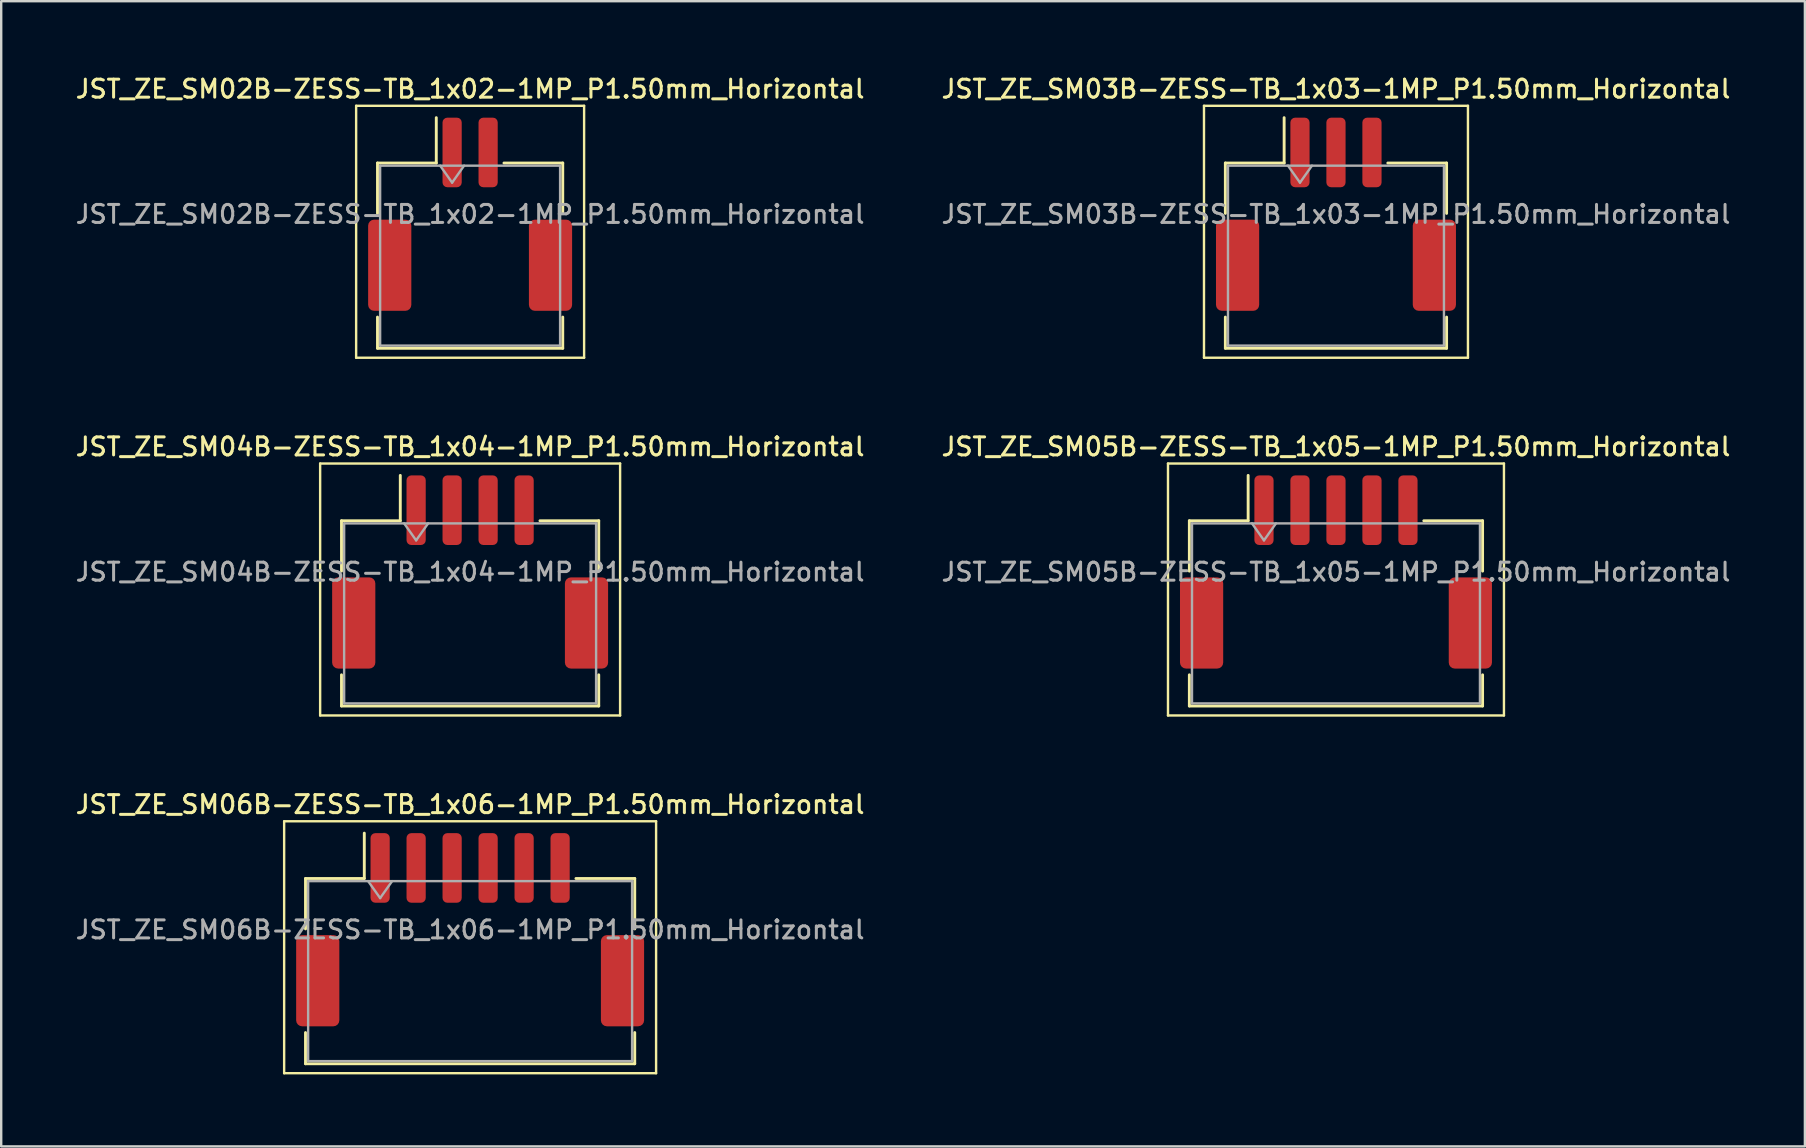
<source format=kicad_pcb>
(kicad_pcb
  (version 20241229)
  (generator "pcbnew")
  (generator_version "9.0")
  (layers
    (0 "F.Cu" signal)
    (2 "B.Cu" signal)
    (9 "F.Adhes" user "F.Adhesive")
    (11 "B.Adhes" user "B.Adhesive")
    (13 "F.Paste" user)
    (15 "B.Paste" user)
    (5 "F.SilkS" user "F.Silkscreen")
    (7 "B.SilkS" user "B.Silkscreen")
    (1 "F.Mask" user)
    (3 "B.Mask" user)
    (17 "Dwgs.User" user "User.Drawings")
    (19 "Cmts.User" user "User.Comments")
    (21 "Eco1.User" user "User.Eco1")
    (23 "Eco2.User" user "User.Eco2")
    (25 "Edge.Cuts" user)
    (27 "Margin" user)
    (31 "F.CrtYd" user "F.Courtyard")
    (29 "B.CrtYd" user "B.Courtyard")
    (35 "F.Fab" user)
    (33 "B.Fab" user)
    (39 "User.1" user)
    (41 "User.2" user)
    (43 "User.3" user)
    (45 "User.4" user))
  (footprint "JST_ZE_SM03B-ZESS-TB_1x03-1MP_P1.50mm_Horizontal"
    (layer "F.Cu")
    (at 52.623 5.878)
    (property "Reference" "JST_ZE_SM03B-ZESS-TB_1x03-1MP_P1.50mm_Horizontal" (at 0 -5.22 0) (layer "F.SilkS") (effects (font (size 0.75 0.75) (thickness 0.125))))
    (attr smd)
    (fp_line (start -5.5 -4.52) (end -5.5 5.98) (stroke (width 0.1) (type solid)) (layer "F.SilkS"))
    (fp_line (start -5.5 5.98) (end 5.5 5.98) (stroke (width 0.1) (type solid)) (layer "F.SilkS"))
    (fp_line (start -4.61 -2.135) (end -2.16 -2.135) (stroke (width 0.12) (type solid)) (layer "F.SilkS"))
    (fp_line (start -4.61 -0.035) (end -4.61 -2.135) (stroke (width 0.12) (type solid)) (layer "F.SilkS"))
    (fp_line (start -4.61 4.285) (end -4.61 5.585) (stroke (width 0.12) (type solid)) (layer "F.SilkS"))
    (fp_line (start -4.61 5.585) (end 4.61 5.585) (stroke (width 0.12) (type solid)) (layer "F.SilkS"))
    (fp_line (start -2.16 -2.135) (end -2.16 -4.025) (stroke (width 0.12) (type solid)) (layer "F.SilkS"))
    (fp_line (start 4.61 -2.135) (end 2.16 -2.135) (stroke (width 0.12) (type solid)) (layer "F.SilkS"))
    (fp_line (start 4.61 -0.035) (end 4.61 -2.135) (stroke (width 0.12) (type solid)) (layer "F.SilkS"))
    (fp_line (start 4.61 5.585) (end 4.61 4.285) (stroke (width 0.12) (type solid)) (layer "F.SilkS"))
    (fp_line (start 5.5 -4.52) (end -5.5 -4.52) (stroke (width 0.1) (type solid)) (layer "F.SilkS"))
    (fp_line (start 5.5 5.98) (end 5.5 -4.52) (stroke (width 0.1) (type solid)) (layer "F.SilkS"))
    (fp_line (start -4.5 -2.025) (end -4.5 5.475) (stroke (width 0.1) (type solid)) (layer "F.Fab"))
    (fp_line (start -4.5 -2.025) (end 4.5 -2.025) (stroke (width 0.1) (type solid)) (layer "F.Fab"))
    (fp_line (start -4.5 5.475) (end 4.5 5.475) (stroke (width 0.1) (type solid)) (layer "F.Fab"))
    (fp_line (start -2 -2.025) (end -1.5 -1.318) (stroke (width 0.1) (type solid)) (layer "F.Fab"))
    (fp_line (start -1.5 -1.318) (end -1 -2.025) (stroke (width 0.1) (type solid)) (layer "F.Fab"))
    (fp_line (start 4.5 -2.025) (end 4.5 5.475) (stroke (width 0.1) (type solid)) (layer "F.Fab"))
    (fp_text user "${REFERENCE}" (at 0 0 0) (layer "F.Fab") (effects (font (size 0.75 0.75) (thickness 0.125))))
    (pad "1" smd roundrect (at -1.5 -2.575) (size 0.8 2.9) (layers "F.Cu" "F.Mask" "F.Paste") (roundrect_rratio 0.25))
    (pad "2" smd roundrect (at 0 -2.575) (size 0.8 2.9) (layers "F.Cu" "F.Mask" "F.Paste") (roundrect_rratio 0.25))
    (pad "3" smd roundrect (at 1.5 -2.575) (size 0.8 2.9) (layers "F.Cu" "F.Mask" "F.Paste") (roundrect_rratio 0.25))
    (pad "MP" smd roundrect (at -4.1 2.125) (size 1.8 3.8) (layers "F.Cu" "F.Mask" "F.Paste") (roundrect_rratio 0.139))
    (pad "MP" smd roundrect (at 4.1 2.125) (size 1.8 3.8) (layers "F.Cu" "F.Mask" "F.Paste") (roundrect_rratio 0.139)))
  (footprint "JST_ZE_SM06B-ZESS-TB_1x06-1MP_P1.50mm_Horizontal"
    (layer "F.Cu")
    (at 16.541 35.694)
    (property "Reference" "JST_ZE_SM06B-ZESS-TB_1x06-1MP_P1.50mm_Horizontal" (at 0 -5.22 0) (layer "F.SilkS") (effects (font (size 0.75 0.75) (thickness 0.125))))
    (attr smd)
    (fp_line (start -7.75 -4.52) (end -7.75 5.98) (stroke (width 0.1) (type solid)) (layer "F.SilkS"))
    (fp_line (start -7.75 5.98) (end 7.75 5.98) (stroke (width 0.1) (type solid)) (layer "F.SilkS"))
    (fp_line (start -6.86 -2.135) (end -4.41 -2.135) (stroke (width 0.12) (type solid)) (layer "F.SilkS"))
    (fp_line (start -6.86 -0.035) (end -6.86 -2.135) (stroke (width 0.12) (type solid)) (layer "F.SilkS"))
    (fp_line (start -6.86 4.285) (end -6.86 5.585) (stroke (width 0.12) (type solid)) (layer "F.SilkS"))
    (fp_line (start -6.86 5.585) (end 6.86 5.585) (stroke (width 0.12) (type solid)) (layer "F.SilkS"))
    (fp_line (start -4.41 -2.135) (end -4.41 -4.025) (stroke (width 0.12) (type solid)) (layer "F.SilkS"))
    (fp_line (start 6.86 -2.135) (end 4.41 -2.135) (stroke (width 0.12) (type solid)) (layer "F.SilkS"))
    (fp_line (start 6.86 -0.035) (end 6.86 -2.135) (stroke (width 0.12) (type solid)) (layer "F.SilkS"))
    (fp_line (start 6.86 5.585) (end 6.86 4.285) (stroke (width 0.12) (type solid)) (layer "F.SilkS"))
    (fp_line (start 7.75 -4.52) (end -7.75 -4.52) (stroke (width 0.1) (type solid)) (layer "F.SilkS"))
    (fp_line (start 7.75 5.98) (end 7.75 -4.52) (stroke (width 0.1) (type solid)) (layer "F.SilkS"))
    (fp_line (start -6.75 -2.025) (end -6.75 5.475) (stroke (width 0.1) (type solid)) (layer "F.Fab"))
    (fp_line (start -6.75 -2.025) (end 6.75 -2.025) (stroke (width 0.1) (type solid)) (layer "F.Fab"))
    (fp_line (start -6.75 5.475) (end 6.75 5.475) (stroke (width 0.1) (type solid)) (layer "F.Fab"))
    (fp_line (start -4.25 -2.025) (end -3.75 -1.318) (stroke (width 0.1) (type solid)) (layer "F.Fab"))
    (fp_line (start -3.75 -1.318) (end -3.25 -2.025) (stroke (width 0.1) (type solid)) (layer "F.Fab"))
    (fp_line (start 6.75 -2.025) (end 6.75 5.475) (stroke (width 0.1) (type solid)) (layer "F.Fab"))
    (fp_text user "${REFERENCE}" (at 0 0 0) (layer "F.Fab") (effects (font (size 0.75 0.75) (thickness 0.125))))
    (pad "1" smd roundrect (at -3.75 -2.575) (size 0.8 2.9) (layers "F.Cu" "F.Mask" "F.Paste") (roundrect_rratio 0.25))
    (pad "2" smd roundrect (at -2.25 -2.575) (size 0.8 2.9) (layers "F.Cu" "F.Mask" "F.Paste") (roundrect_rratio 0.25))
    (pad "3" smd roundrect (at -0.75 -2.575) (size 0.8 2.9) (layers "F.Cu" "F.Mask" "F.Paste") (roundrect_rratio 0.25))
    (pad "4" smd roundrect (at 0.75 -2.575) (size 0.8 2.9) (layers "F.Cu" "F.Mask" "F.Paste") (roundrect_rratio 0.25))
    (pad "5" smd roundrect (at 2.25 -2.575) (size 0.8 2.9) (layers "F.Cu" "F.Mask" "F.Paste") (roundrect_rratio 0.25))
    (pad "6" smd roundrect (at 3.75 -2.575) (size 0.8 2.9) (layers "F.Cu" "F.Mask" "F.Paste") (roundrect_rratio 0.25))
    (pad "MP" smd roundrect (at -6.35 2.125) (size 1.8 3.8) (layers "F.Cu" "F.Mask" "F.Paste") (roundrect_rratio 0.139))
    (pad "MP" smd roundrect (at 6.35 2.125) (size 1.8 3.8) (layers "F.Cu" "F.Mask" "F.Paste") (roundrect_rratio 0.139)))
  (footprint "JST_ZE_SM02B-ZESS-TB_1x02-1MP_P1.50mm_Horizontal"
    (layer "F.Cu")
    (at 16.541 5.878)
    (property "Reference" "JST_ZE_SM02B-ZESS-TB_1x02-1MP_P1.50mm_Horizontal" (at 0 -5.22 0) (layer "F.SilkS") (effects (font (size 0.75 0.75) (thickness 0.125))))
    (attr smd)
    (fp_line (start -4.75 -4.52) (end -4.75 5.98) (stroke (width 0.1) (type solid)) (layer "F.SilkS"))
    (fp_line (start -4.75 5.98) (end 4.75 5.98) (stroke (width 0.1) (type solid)) (layer "F.SilkS"))
    (fp_line (start -3.86 -2.135) (end -1.41 -2.135) (stroke (width 0.12) (type solid)) (layer "F.SilkS"))
    (fp_line (start -3.86 -0.035) (end -3.86 -2.135) (stroke (width 0.12) (type solid)) (layer "F.SilkS"))
    (fp_line (start -3.86 4.285) (end -3.86 5.585) (stroke (width 0.12) (type solid)) (layer "F.SilkS"))
    (fp_line (start -3.86 5.585) (end 3.86 5.585) (stroke (width 0.12) (type solid)) (layer "F.SilkS"))
    (fp_line (start -1.41 -2.135) (end -1.41 -4.025) (stroke (width 0.12) (type solid)) (layer "F.SilkS"))
    (fp_line (start 3.86 -2.135) (end 1.41 -2.135) (stroke (width 0.12) (type solid)) (layer "F.SilkS"))
    (fp_line (start 3.86 -0.035) (end 3.86 -2.135) (stroke (width 0.12) (type solid)) (layer "F.SilkS"))
    (fp_line (start 3.86 5.585) (end 3.86 4.285) (stroke (width 0.12) (type solid)) (layer "F.SilkS"))
    (fp_line (start 4.75 -4.52) (end -4.75 -4.52) (stroke (width 0.1) (type solid)) (layer "F.SilkS"))
    (fp_line (start 4.75 5.98) (end 4.75 -4.52) (stroke (width 0.1) (type solid)) (layer "F.SilkS"))
    (fp_line (start -3.75 -2.025) (end -3.75 5.475) (stroke (width 0.1) (type solid)) (layer "F.Fab"))
    (fp_line (start -3.75 -2.025) (end 3.75 -2.025) (stroke (width 0.1) (type solid)) (layer "F.Fab"))
    (fp_line (start -3.75 5.475) (end 3.75 5.475) (stroke (width 0.1) (type solid)) (layer "F.Fab"))
    (fp_line (start -1.25 -2.025) (end -0.75 -1.318) (stroke (width 0.1) (type solid)) (layer "F.Fab"))
    (fp_line (start -0.75 -1.318) (end -0.25 -2.025) (stroke (width 0.1) (type solid)) (layer "F.Fab"))
    (fp_line (start 3.75 -2.025) (end 3.75 5.475) (stroke (width 0.1) (type solid)) (layer "F.Fab"))
    (fp_text user "${REFERENCE}" (at 0 0 0) (layer "F.Fab") (effects (font (size 0.75 0.75) (thickness 0.125))))
    (pad "1" smd roundrect (at -0.75 -2.575) (size 0.8 2.9) (layers "F.Cu" "F.Mask" "F.Paste") (roundrect_rratio 0.25))
    (pad "2" smd roundrect (at 0.75 -2.575) (size 0.8 2.9) (layers "F.Cu" "F.Mask" "F.Paste") (roundrect_rratio 0.25))
    (pad "MP" smd roundrect (at -3.35 2.125) (size 1.8 3.8) (layers "F.Cu" "F.Mask" "F.Paste") (roundrect_rratio 0.139))
    (pad "MP" smd roundrect (at 3.35 2.125) (size 1.8 3.8) (layers "F.Cu" "F.Mask" "F.Paste") (roundrect_rratio 0.139)))
  (footprint "JST_ZE_SM04B-ZESS-TB_1x04-1MP_P1.50mm_Horizontal"
    (layer "F.Cu")
    (at 16.541 20.786)
    (property "Reference" "JST_ZE_SM04B-ZESS-TB_1x04-1MP_P1.50mm_Horizontal" (at 0 -5.22 0) (layer "F.SilkS") (effects (font (size 0.75 0.75) (thickness 0.125))))
    (attr smd)
    (fp_line (start -6.25 -4.52) (end -6.25 5.98) (stroke (width 0.1) (type solid)) (layer "F.SilkS"))
    (fp_line (start -6.25 5.98) (end 6.25 5.98) (stroke (width 0.1) (type solid)) (layer "F.SilkS"))
    (fp_line (start -5.36 -2.135) (end -2.91 -2.135) (stroke (width 0.12) (type solid)) (layer "F.SilkS"))
    (fp_line (start -5.36 -0.035) (end -5.36 -2.135) (stroke (width 0.12) (type solid)) (layer "F.SilkS"))
    (fp_line (start -5.36 4.285) (end -5.36 5.585) (stroke (width 0.12) (type solid)) (layer "F.SilkS"))
    (fp_line (start -5.36 5.585) (end 5.36 5.585) (stroke (width 0.12) (type solid)) (layer "F.SilkS"))
    (fp_line (start -2.91 -2.135) (end -2.91 -4.025) (stroke (width 0.12) (type solid)) (layer "F.SilkS"))
    (fp_line (start 5.36 -2.135) (end 2.91 -2.135) (stroke (width 0.12) (type solid)) (layer "F.SilkS"))
    (fp_line (start 5.36 -0.035) (end 5.36 -2.135) (stroke (width 0.12) (type solid)) (layer "F.SilkS"))
    (fp_line (start 5.36 5.585) (end 5.36 4.285) (stroke (width 0.12) (type solid)) (layer "F.SilkS"))
    (fp_line (start 6.25 -4.52) (end -6.25 -4.52) (stroke (width 0.1) (type solid)) (layer "F.SilkS"))
    (fp_line (start 6.25 5.98) (end 6.25 -4.52) (stroke (width 0.1) (type solid)) (layer "F.SilkS"))
    (fp_line (start -5.25 -2.025) (end -5.25 5.475) (stroke (width 0.1) (type solid)) (layer "F.Fab"))
    (fp_line (start -5.25 -2.025) (end 5.25 -2.025) (stroke (width 0.1) (type solid)) (layer "F.Fab"))
    (fp_line (start -5.25 5.475) (end 5.25 5.475) (stroke (width 0.1) (type solid)) (layer "F.Fab"))
    (fp_line (start -2.75 -2.025) (end -2.25 -1.318) (stroke (width 0.1) (type solid)) (layer "F.Fab"))
    (fp_line (start -2.25 -1.318) (end -1.75 -2.025) (stroke (width 0.1) (type solid)) (layer "F.Fab"))
    (fp_line (start 5.25 -2.025) (end 5.25 5.475) (stroke (width 0.1) (type solid)) (layer "F.Fab"))
    (fp_text user "${REFERENCE}" (at 0 0 0) (layer "F.Fab") (effects (font (size 0.75 0.75) (thickness 0.125))))
    (pad "1" smd roundrect (at -2.25 -2.575) (size 0.8 2.9) (layers "F.Cu" "F.Mask" "F.Paste") (roundrect_rratio 0.25))
    (pad "2" smd roundrect (at -0.75 -2.575) (size 0.8 2.9) (layers "F.Cu" "F.Mask" "F.Paste") (roundrect_rratio 0.25))
    (pad "3" smd roundrect (at 0.75 -2.575) (size 0.8 2.9) (layers "F.Cu" "F.Mask" "F.Paste") (roundrect_rratio 0.25))
    (pad "4" smd roundrect (at 2.25 -2.575) (size 0.8 2.9) (layers "F.Cu" "F.Mask" "F.Paste") (roundrect_rratio 0.25))
    (pad "MP" smd roundrect (at -4.85 2.125) (size 1.8 3.8) (layers "F.Cu" "F.Mask" "F.Paste") (roundrect_rratio 0.139))
    (pad "MP" smd roundrect (at 4.85 2.125) (size 1.8 3.8) (layers "F.Cu" "F.Mask" "F.Paste") (roundrect_rratio 0.139)))
  (footprint "JST_ZE_SM05B-ZESS-TB_1x05-1MP_P1.50mm_Horizontal"
    (layer "F.Cu")
    (at 52.623 20.786)
    (property "Reference" "JST_ZE_SM05B-ZESS-TB_1x05-1MP_P1.50mm_Horizontal" (at 0 -5.22 0) (layer "F.SilkS") (effects (font (size 0.75 0.75) (thickness 0.125))))
    (attr smd)
    (fp_line (start -7 -4.52) (end -7 5.98) (stroke (width 0.1) (type solid)) (layer "F.SilkS"))
    (fp_line (start -7 5.98) (end 7 5.98) (stroke (width 0.1) (type solid)) (layer "F.SilkS"))
    (fp_line (start -6.11 -2.135) (end -3.66 -2.135) (stroke (width 0.12) (type solid)) (layer "F.SilkS"))
    (fp_line (start -6.11 -0.035) (end -6.11 -2.135) (stroke (width 0.12) (type solid)) (layer "F.SilkS"))
    (fp_line (start -6.11 4.285) (end -6.11 5.585) (stroke (width 0.12) (type solid)) (layer "F.SilkS"))
    (fp_line (start -6.11 5.585) (end 6.11 5.585) (stroke (width 0.12) (type solid)) (layer "F.SilkS"))
    (fp_line (start -3.66 -2.135) (end -3.66 -4.025) (stroke (width 0.12) (type solid)) (layer "F.SilkS"))
    (fp_line (start 6.11 -2.135) (end 3.66 -2.135) (stroke (width 0.12) (type solid)) (layer "F.SilkS"))
    (fp_line (start 6.11 -0.035) (end 6.11 -2.135) (stroke (width 0.12) (type solid)) (layer "F.SilkS"))
    (fp_line (start 6.11 5.585) (end 6.11 4.285) (stroke (width 0.12) (type solid)) (layer "F.SilkS"))
    (fp_line (start 7 -4.52) (end -7 -4.52) (stroke (width 0.1) (type solid)) (layer "F.SilkS"))
    (fp_line (start 7 5.98) (end 7 -4.52) (stroke (width 0.1) (type solid)) (layer "F.SilkS"))
    (fp_line (start -6 -2.025) (end -6 5.475) (stroke (width 0.1) (type solid)) (layer "F.Fab"))
    (fp_line (start -6 -2.025) (end 6 -2.025) (stroke (width 0.1) (type solid)) (layer "F.Fab"))
    (fp_line (start -6 5.475) (end 6 5.475) (stroke (width 0.1) (type solid)) (layer "F.Fab"))
    (fp_line (start -3.5 -2.025) (end -3 -1.318) (stroke (width 0.1) (type solid)) (layer "F.Fab"))
    (fp_line (start -3 -1.318) (end -2.5 -2.025) (stroke (width 0.1) (type solid)) (layer "F.Fab"))
    (fp_line (start 6 -2.025) (end 6 5.475) (stroke (width 0.1) (type solid)) (layer "F.Fab"))
    (fp_text user "${REFERENCE}" (at 0 0 0) (layer "F.Fab") (effects (font (size 0.75 0.75) (thickness 0.125))))
    (pad "1" smd roundrect (at -3 -2.575) (size 0.8 2.9) (layers "F.Cu" "F.Mask" "F.Paste") (roundrect_rratio 0.25))
    (pad "2" smd roundrect (at -1.5 -2.575) (size 0.8 2.9) (layers "F.Cu" "F.Mask" "F.Paste") (roundrect_rratio 0.25))
    (pad "3" smd roundrect (at 0 -2.575) (size 0.8 2.9) (layers "F.Cu" "F.Mask" "F.Paste") (roundrect_rratio 0.25))
    (pad "4" smd roundrect (at 1.5 -2.575) (size 0.8 2.9) (layers "F.Cu" "F.Mask" "F.Paste") (roundrect_rratio 0.25))
    (pad "5" smd roundrect (at 3 -2.575) (size 0.8 2.9) (layers "F.Cu" "F.Mask" "F.Paste") (roundrect_rratio 0.25))
    (pad "MP" smd roundrect (at -5.6 2.125) (size 1.8 3.8) (layers "F.Cu" "F.Mask" "F.Paste") (roundrect_rratio 0.139))
    (pad "MP" smd roundrect (at 5.6 2.125) (size 1.8 3.8) (layers "F.Cu" "F.Mask" "F.Paste") (roundrect_rratio 0.139)))
  (gr_rect
    (start -3 -3)
    (end 72.164 44.724)
    (stroke (width 0.1) (type default))
    (fill no)
    (layer "Edge.Cuts")))
</source>
